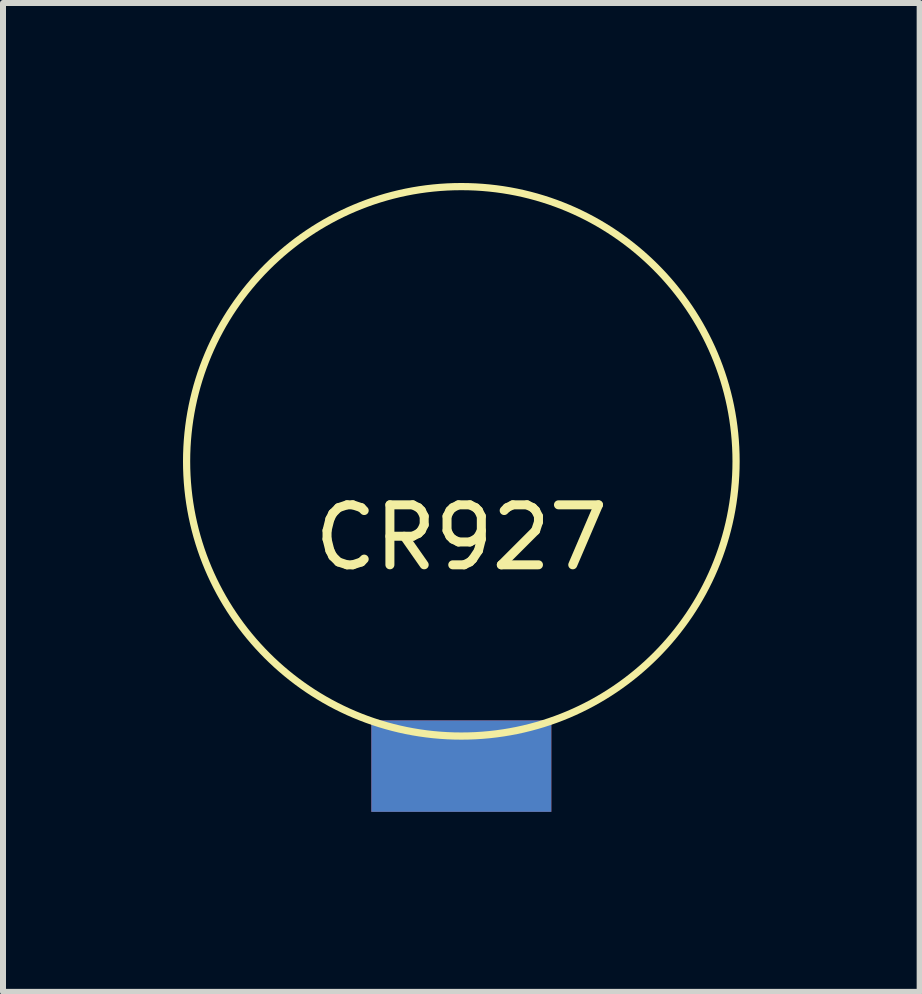
<source format=kicad_pcb>
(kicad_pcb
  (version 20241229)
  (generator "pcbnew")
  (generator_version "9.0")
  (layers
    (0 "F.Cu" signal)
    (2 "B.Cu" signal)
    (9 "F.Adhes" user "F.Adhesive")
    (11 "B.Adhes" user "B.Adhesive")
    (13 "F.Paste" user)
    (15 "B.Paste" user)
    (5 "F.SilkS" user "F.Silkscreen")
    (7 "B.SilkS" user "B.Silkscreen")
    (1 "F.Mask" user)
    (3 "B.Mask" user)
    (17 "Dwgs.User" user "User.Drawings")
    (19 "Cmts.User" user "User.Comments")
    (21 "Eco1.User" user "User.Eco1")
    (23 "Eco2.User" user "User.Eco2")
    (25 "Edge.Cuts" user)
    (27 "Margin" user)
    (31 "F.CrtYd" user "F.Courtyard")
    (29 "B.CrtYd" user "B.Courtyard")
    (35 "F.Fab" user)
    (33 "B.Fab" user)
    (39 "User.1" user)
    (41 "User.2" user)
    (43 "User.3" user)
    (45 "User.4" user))
  (footprint "CR927"
    (layer "F.Cu")
    (at 4.639 4.639)
    (property "Reference" "CR927" (at 0 1.27 0) (layer "F.SilkS") (effects (font (size 1 1) (thickness 0.15))))
    (attr through_hole)
    (fp_circle (center 0 0) (end -3.81 2.54) (stroke (width 0.12) (type solid)) (fill no) (layer "F.SilkS"))
    (pad "1" smd rect (at 0 5.08) (size 3 1.524) (layers "F.Mask" "B.Cu" "F.Paste"))
    (pad "2" smd rect (at 0 5.08) (size 3 1.524) (layers "F.Cu" "F.Mask" "F.Paste")))
  (gr_rect
    (start -3 -3)
    (end 12.278 13.481)
    (stroke (width 0.1) (type default))
    (fill no)
    (layer "Edge.Cuts")))
</source>
